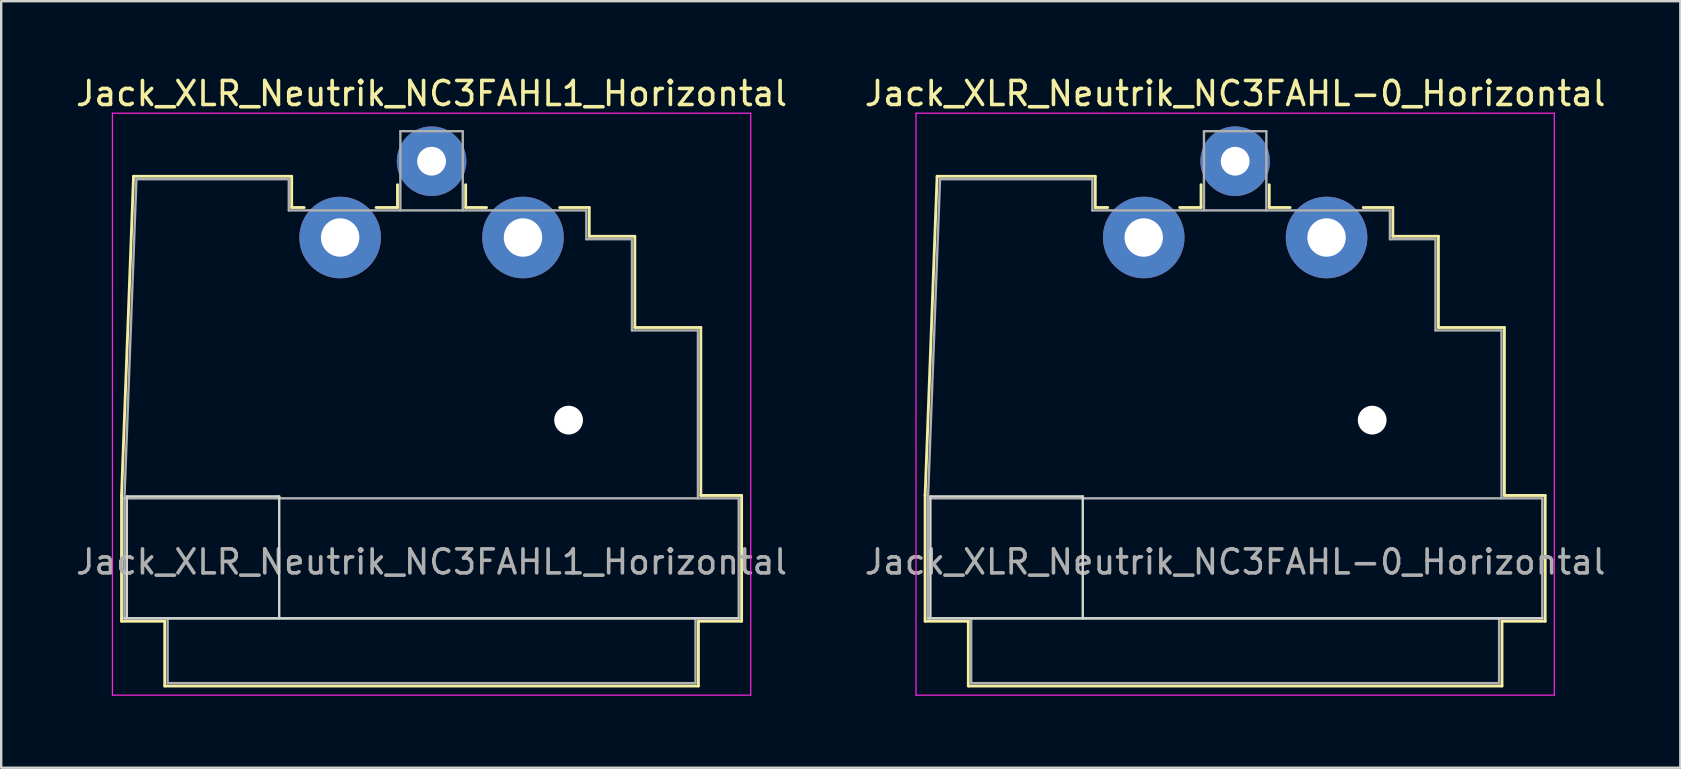
<source format=kicad_pcb>
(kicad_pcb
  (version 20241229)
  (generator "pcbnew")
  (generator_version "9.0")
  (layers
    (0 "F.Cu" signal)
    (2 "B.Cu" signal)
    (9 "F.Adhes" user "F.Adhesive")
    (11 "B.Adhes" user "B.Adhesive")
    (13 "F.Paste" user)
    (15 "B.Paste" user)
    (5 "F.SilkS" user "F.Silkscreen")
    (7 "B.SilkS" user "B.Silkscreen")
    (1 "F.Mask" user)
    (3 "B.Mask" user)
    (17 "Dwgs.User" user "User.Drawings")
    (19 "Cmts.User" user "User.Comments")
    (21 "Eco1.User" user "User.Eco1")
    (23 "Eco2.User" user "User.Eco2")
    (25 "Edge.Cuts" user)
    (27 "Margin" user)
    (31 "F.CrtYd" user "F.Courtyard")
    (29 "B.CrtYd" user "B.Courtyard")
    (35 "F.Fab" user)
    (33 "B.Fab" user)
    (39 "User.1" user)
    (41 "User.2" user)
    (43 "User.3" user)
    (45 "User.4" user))
  (footprint "Jack_XLR_Neutrik_NC3FAHL1_Horizontal"
    (layer "F.Cu")
    (at 11.125 6.848)
    (property "Reference" "Jack_XLR_Neutrik_NC3FAHL1_Horizontal" (at 3.81 -6 0) (layer "F.SilkS") (effects (font (size 1 1) (thickness 0.15))))
    (attr through_hole)
    (fp_line (start -9.11 10.75) (end -8.61 -2.55) (stroke (width 0.12) (type solid)) (layer "F.SilkS"))
    (fp_line (start -9.11 15.99) (end -9.11 10.75) (stroke (width 0.12) (type solid)) (layer "F.SilkS"))
    (fp_line (start -8.61 -2.55) (end -2.02 -2.55) (stroke (width 0.12) (type solid)) (layer "F.SilkS"))
    (fp_line (start -7.31 15.99) (end -9.11 15.99) (stroke (width 0.12) (type solid)) (layer "F.SilkS"))
    (fp_line (start -7.31 15.99) (end -7.31 18.69) (stroke (width 0.12) (type solid)) (layer "F.SilkS"))
    (fp_line (start -2.02 -2.55) (end -2.02 -1.25) (stroke (width 0.12) (type solid)) (layer "F.SilkS"))
    (fp_line (start -2.02 -1.25) (end -1.5 -1.25) (stroke (width 0.12) (type solid)) (layer "F.SilkS"))
    (fp_line (start 1.5 -1.25) (end 2.39 -1.25) (stroke (width 0.12) (type solid)) (layer "F.SilkS"))
    (fp_line (start 2.39 -1.25) (end 2.39 -2.2) (stroke (width 0.12) (type solid)) (layer "F.SilkS"))
    (fp_line (start 5.23 -1.25) (end 5.23 -2.2) (stroke (width 0.12) (type solid)) (layer "F.SilkS"))
    (fp_line (start 5.23 -1.25) (end 6.1 -1.25) (stroke (width 0.12) (type solid)) (layer "F.SilkS"))
    (fp_line (start 9.15 -1.25) (end 10.38 -1.25) (stroke (width 0.12) (type solid)) (layer "F.SilkS"))
    (fp_line (start 10.38 -0.05) (end 10.38 -1.25) (stroke (width 0.12) (type solid)) (layer "F.SilkS"))
    (fp_line (start 10.38 -0.05) (end 12.28 -0.05) (stroke (width 0.12) (type solid)) (layer "F.SilkS"))
    (fp_line (start 12.28 3.75) (end 12.28 -0.05) (stroke (width 0.12) (type solid)) (layer "F.SilkS"))
    (fp_line (start 12.28 3.75) (end 15.03 3.75) (stroke (width 0.12) (type solid)) (layer "F.SilkS"))
    (fp_line (start 14.93 15.99) (end 14.93 18.69) (stroke (width 0.12) (type solid)) (layer "F.SilkS"))
    (fp_line (start 14.93 18.69) (end -7.31 18.69) (stroke (width 0.12) (type solid)) (layer "F.SilkS"))
    (fp_line (start 15.03 10.75) (end 15.03 3.75) (stroke (width 0.12) (type solid)) (layer "F.SilkS"))
    (fp_line (start 15.03 10.75) (end 16.73 10.75) (stroke (width 0.12) (type solid)) (layer "F.SilkS"))
    (fp_line (start 16.73 15.99) (end 14.93 15.99) (stroke (width 0.12) (type solid)) (layer "F.SilkS"))
    (fp_line (start 16.73 15.99) (end 16.73 10.75) (stroke (width 0.12) (type solid)) (layer "F.SilkS"))
    (fp_line (start -8.89 10.79) (end -8.89 15.87) (stroke (width 0.1) (type solid)) (layer "Edge.Cuts"))
    (fp_line (start -2.54 10.79) (end -8.89 10.79) (stroke (width 0.1) (type solid)) (layer "Edge.Cuts"))
    (fp_line (start -2.54 15.87) (end -2.54 10.79) (stroke (width 0.1) (type solid)) (layer "Edge.Cuts"))
    (fp_line (start 16.61 15.87) (end -8.99 15.87) (stroke (width 0.1) (type solid)) (layer "Edge.Cuts"))
    (fp_line (start -9.49 19.07) (end -9.49 -5.18) (stroke (width 0.05) (type solid)) (layer "F.CrtYd"))
    (fp_line (start 17.11 -5.18) (end -9.49 -5.18) (stroke (width 0.05) (type solid)) (layer "F.CrtYd"))
    (fp_line (start 17.11 19.07) (end -9.49 19.07) (stroke (width 0.05) (type solid)) (layer "F.CrtYd"))
    (fp_line (start 17.11 19.07) (end 17.11 -5.18) (stroke (width 0.05) (type solid)) (layer "F.CrtYd"))
    (fp_line (start -8.99 10.87) (end 16.61 10.87) (stroke (width 0.1) (type solid)) (layer "F.Fab"))
    (fp_line (start -8.99 15.87) (end -8.99 10.87) (stroke (width 0.1) (type solid)) (layer "F.Fab"))
    (fp_line (start -8.49 -2.43) (end -8.99 10.87) (stroke (width 0.1) (type solid)) (layer "F.Fab"))
    (fp_line (start -8.49 -2.43) (end -2.14 -2.43) (stroke (width 0.1) (type solid)) (layer "F.Fab"))
    (fp_line (start -7.19 18.57) (end -7.19 15.87) (stroke (width 0.1) (type solid)) (layer "F.Fab"))
    (fp_line (start -2.14 -1.13) (end -2.14 -2.43) (stroke (width 0.1) (type solid)) (layer "F.Fab"))
    (fp_line (start -2.14 -1.13) (end 10.26 -1.13) (stroke (width 0.1) (type solid)) (layer "F.Fab"))
    (fp_line (start 2.51 -4.43) (end 2.51 -1.13) (stroke (width 0.1) (type solid)) (layer "F.Fab"))
    (fp_line (start 2.51 -4.43) (end 5.11 -4.43) (stroke (width 0.1) (type solid)) (layer "F.Fab"))
    (fp_line (start 5.11 -4.43) (end 5.11 -1.13) (stroke (width 0.1) (type solid)) (layer "F.Fab"))
    (fp_line (start 10.26 -1.13) (end 10.26 0.07) (stroke (width 0.1) (type solid)) (layer "F.Fab"))
    (fp_line (start 10.26 0.07) (end 12.16 0.07) (stroke (width 0.1) (type solid)) (layer "F.Fab"))
    (fp_line (start 12.16 0.07) (end 12.16 3.87) (stroke (width 0.1) (type solid)) (layer "F.Fab"))
    (fp_line (start 12.16 3.87) (end 14.91 3.87) (stroke (width 0.1) (type solid)) (layer "F.Fab"))
    (fp_line (start 14.81 15.87) (end 14.81 18.57) (stroke (width 0.1) (type solid)) (layer "F.Fab"))
    (fp_line (start 14.81 18.57) (end -7.19 18.57) (stroke (width 0.1) (type solid)) (layer "F.Fab"))
    (fp_line (start 14.91 3.87) (end 14.91 10.87) (stroke (width 0.1) (type solid)) (layer "F.Fab"))
    (fp_line (start 16.61 10.87) (end 16.61 15.87) (stroke (width 0.1) (type solid)) (layer "F.Fab"))
    (fp_line (start 16.61 15.87) (end -8.99 15.87) (stroke (width 0.1) (type solid)) (layer "F.Fab"))
    (fp_text user "${REFERENCE}" (at 3.81 13.52 0) (layer "F.Fab") (effects (font (size 1 1) (thickness 0.15))))
    (pad "" np_thru_hole circle (at 9.52 7.61) (size 1.2 1.2) (drill 1.2) (layers "*.Cu" "*.Mask"))
    (pad "1" thru_hole circle (at 0 0) (size 3.4 3.4) (drill 1.6) (layers "*.Cu" "*.Mask"))
    (pad "2" thru_hole circle (at 3.81 -3.18) (size 2.9 2.9) (drill 1.2) (layers "*.Cu" "*.Mask"))
    (pad "3" thru_hole circle (at 7.62 0) (size 3.4 3.4) (drill 1.6) (layers "*.Cu" "*.Mask")))
  (footprint "Jack_XLR_Neutrik_NC3FAHL-0_Horizontal"
    (layer "F.Cu")
    (at 44.613 6.848)
    (property "Reference" "Jack_XLR_Neutrik_NC3FAHL-0_Horizontal" (at 3.81 -6 0) (layer "F.SilkS") (effects (font (size 1 1) (thickness 0.15))))
    (attr through_hole)
    (fp_line (start -9.11 10.75) (end -8.61 -2.55) (stroke (width 0.12) (type solid)) (layer "F.SilkS"))
    (fp_line (start -9.11 15.99) (end -9.11 10.75) (stroke (width 0.12) (type solid)) (layer "F.SilkS"))
    (fp_line (start -8.61 -2.55) (end -2.02 -2.55) (stroke (width 0.12) (type solid)) (layer "F.SilkS"))
    (fp_line (start -7.31 15.99) (end -9.11 15.99) (stroke (width 0.12) (type solid)) (layer "F.SilkS"))
    (fp_line (start -7.31 15.99) (end -7.31 18.69) (stroke (width 0.12) (type solid)) (layer "F.SilkS"))
    (fp_line (start -2.02 -2.55) (end -2.02 -1.25) (stroke (width 0.12) (type solid)) (layer "F.SilkS"))
    (fp_line (start -2.02 -1.25) (end -1.5 -1.25) (stroke (width 0.12) (type solid)) (layer "F.SilkS"))
    (fp_line (start 1.5 -1.25) (end 2.39 -1.25) (stroke (width 0.12) (type solid)) (layer "F.SilkS"))
    (fp_line (start 2.39 -1.25) (end 2.39 -2.2) (stroke (width 0.12) (type solid)) (layer "F.SilkS"))
    (fp_line (start 5.23 -1.25) (end 5.23 -2.2) (stroke (width 0.12) (type solid)) (layer "F.SilkS"))
    (fp_line (start 5.23 -1.25) (end 6.1 -1.25) (stroke (width 0.12) (type solid)) (layer "F.SilkS"))
    (fp_line (start 9.15 -1.25) (end 10.38 -1.25) (stroke (width 0.12) (type solid)) (layer "F.SilkS"))
    (fp_line (start 10.38 -0.05) (end 10.38 -1.25) (stroke (width 0.12) (type solid)) (layer "F.SilkS"))
    (fp_line (start 10.38 -0.05) (end 12.28 -0.05) (stroke (width 0.12) (type solid)) (layer "F.SilkS"))
    (fp_line (start 12.28 3.75) (end 12.28 -0.05) (stroke (width 0.12) (type solid)) (layer "F.SilkS"))
    (fp_line (start 12.28 3.75) (end 15.03 3.75) (stroke (width 0.12) (type solid)) (layer "F.SilkS"))
    (fp_line (start 14.93 15.99) (end 14.93 18.69) (stroke (width 0.12) (type solid)) (layer "F.SilkS"))
    (fp_line (start 14.93 18.69) (end -7.31 18.69) (stroke (width 0.12) (type solid)) (layer "F.SilkS"))
    (fp_line (start 15.03 10.75) (end 15.03 3.75) (stroke (width 0.12) (type solid)) (layer "F.SilkS"))
    (fp_line (start 15.03 10.75) (end 16.73 10.75) (stroke (width 0.12) (type solid)) (layer "F.SilkS"))
    (fp_line (start 16.73 15.99) (end 14.93 15.99) (stroke (width 0.12) (type solid)) (layer "F.SilkS"))
    (fp_line (start 16.73 15.99) (end 16.73 10.75) (stroke (width 0.12) (type solid)) (layer "F.SilkS"))
    (fp_line (start -8.89 10.79) (end -8.89 15.87) (stroke (width 0.1) (type solid)) (layer "Edge.Cuts"))
    (fp_line (start -2.54 10.79) (end -8.89 10.79) (stroke (width 0.1) (type solid)) (layer "Edge.Cuts"))
    (fp_line (start -2.54 15.87) (end -2.54 10.79) (stroke (width 0.1) (type solid)) (layer "Edge.Cuts"))
    (fp_line (start 16.61 15.87) (end -8.99 15.87) (stroke (width 0.1) (type solid)) (layer "Edge.Cuts"))
    (fp_line (start -9.49 19.07) (end -9.49 -5.18) (stroke (width 0.05) (type solid)) (layer "F.CrtYd"))
    (fp_line (start 17.11 -5.18) (end -9.49 -5.18) (stroke (width 0.05) (type solid)) (layer "F.CrtYd"))
    (fp_line (start 17.11 19.07) (end -9.49 19.07) (stroke (width 0.05) (type solid)) (layer "F.CrtYd"))
    (fp_line (start 17.11 19.07) (end 17.11 -5.18) (stroke (width 0.05) (type solid)) (layer "F.CrtYd"))
    (fp_line (start -8.99 10.87) (end 16.61 10.87) (stroke (width 0.1) (type solid)) (layer "F.Fab"))
    (fp_line (start -8.99 15.87) (end -8.99 10.87) (stroke (width 0.1) (type solid)) (layer "F.Fab"))
    (fp_line (start -8.49 -2.43) (end -8.99 10.87) (stroke (width 0.1) (type solid)) (layer "F.Fab"))
    (fp_line (start -8.49 -2.43) (end -2.14 -2.43) (stroke (width 0.1) (type solid)) (layer "F.Fab"))
    (fp_line (start -7.19 18.57) (end -7.19 15.87) (stroke (width 0.1) (type solid)) (layer "F.Fab"))
    (fp_line (start -2.14 -1.13) (end -2.14 -2.43) (stroke (width 0.1) (type solid)) (layer "F.Fab"))
    (fp_line (start -2.14 -1.13) (end 10.26 -1.13) (stroke (width 0.1) (type solid)) (layer "F.Fab"))
    (fp_line (start 2.51 -4.43) (end 2.51 -1.13) (stroke (width 0.1) (type solid)) (layer "F.Fab"))
    (fp_line (start 2.51 -4.43) (end 5.11 -4.43) (stroke (width 0.1) (type solid)) (layer "F.Fab"))
    (fp_line (start 5.11 -4.43) (end 5.11 -1.13) (stroke (width 0.1) (type solid)) (layer "F.Fab"))
    (fp_line (start 10.26 -1.13) (end 10.26 0.07) (stroke (width 0.1) (type solid)) (layer "F.Fab"))
    (fp_line (start 10.26 0.07) (end 12.16 0.07) (stroke (width 0.1) (type solid)) (layer "F.Fab"))
    (fp_line (start 12.16 0.07) (end 12.16 3.87) (stroke (width 0.1) (type solid)) (layer "F.Fab"))
    (fp_line (start 12.16 3.87) (end 14.91 3.87) (stroke (width 0.1) (type solid)) (layer "F.Fab"))
    (fp_line (start 14.81 15.87) (end 14.81 18.57) (stroke (width 0.1) (type solid)) (layer "F.Fab"))
    (fp_line (start 14.81 18.57) (end -7.19 18.57) (stroke (width 0.1) (type solid)) (layer "F.Fab"))
    (fp_line (start 14.91 3.87) (end 14.91 10.87) (stroke (width 0.1) (type solid)) (layer "F.Fab"))
    (fp_line (start 16.61 10.87) (end 16.61 15.87) (stroke (width 0.1) (type solid)) (layer "F.Fab"))
    (fp_line (start 16.61 15.87) (end -8.99 15.87) (stroke (width 0.1) (type solid)) (layer "F.Fab"))
    (fp_text user "${REFERENCE}" (at 3.81 13.52 0) (layer "F.Fab") (effects (font (size 1 1) (thickness 0.15))))
    (pad "" np_thru_hole circle (at 9.52 7.61) (size 1.2 1.2) (drill 1.2) (layers "*.Cu" "*.Mask"))
    (pad "1" thru_hole circle (at 0 0) (size 3.4 3.4) (drill 1.6) (layers "*.Cu" "*.Mask"))
    (pad "2" thru_hole circle (at 3.81 -3.18) (size 2.9 2.9) (drill 1.2) (layers "*.Cu" "*.Mask"))
    (pad "3" thru_hole circle (at 7.62 0) (size 3.4 3.4) (drill 1.6) (layers "*.Cu" "*.Mask")))
  (gr_rect
    (start -3 -3)
    (end 66.976 28.943)
    (stroke (width 0.1) (type default))
    (fill no)
    (layer "Edge.Cuts")))
</source>
